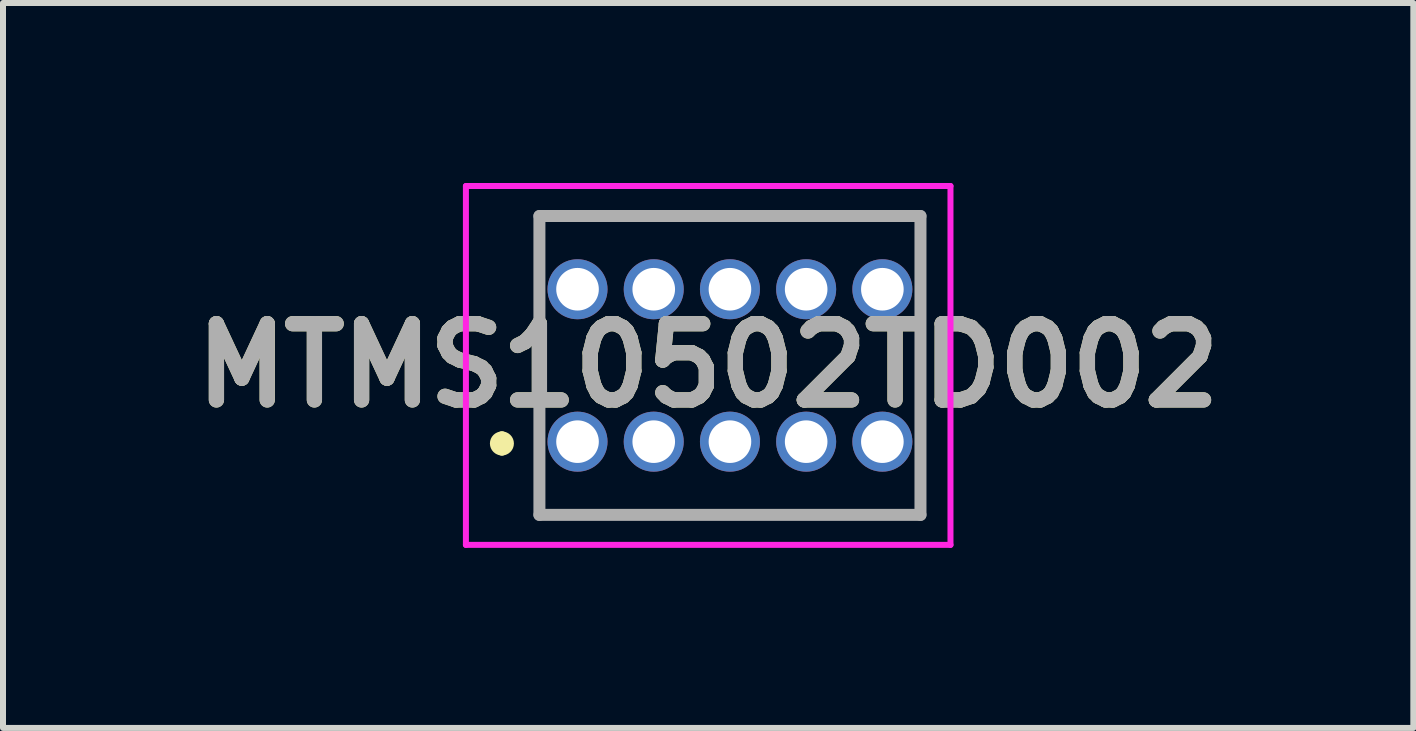
<source format=kicad_pcb>
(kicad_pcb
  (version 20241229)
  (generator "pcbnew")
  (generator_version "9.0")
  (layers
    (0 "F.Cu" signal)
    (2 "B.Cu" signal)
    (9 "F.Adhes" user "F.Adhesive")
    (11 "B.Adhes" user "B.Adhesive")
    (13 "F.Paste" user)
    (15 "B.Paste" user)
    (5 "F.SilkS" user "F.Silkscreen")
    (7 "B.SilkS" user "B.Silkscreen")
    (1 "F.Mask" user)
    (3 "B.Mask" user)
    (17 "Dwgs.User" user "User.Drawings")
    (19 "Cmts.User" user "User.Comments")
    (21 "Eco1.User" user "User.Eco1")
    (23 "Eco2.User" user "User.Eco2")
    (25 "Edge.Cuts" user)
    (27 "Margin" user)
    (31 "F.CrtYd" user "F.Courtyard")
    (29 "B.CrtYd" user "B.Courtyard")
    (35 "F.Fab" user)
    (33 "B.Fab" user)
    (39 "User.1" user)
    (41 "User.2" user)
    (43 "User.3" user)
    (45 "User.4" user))
  (footprint "MTMS10502TD002"
    (layer "F.Cu")
    (at 6.574 4.31)
    (property "Reference" "MTMS10502TD002" (at 2.177 -1.27 0) (layer "F.SilkS") (effects (font (size 1.27 1.27) (thickness 0.254))))
    (attr through_hole)
    (fp_line (start -1.26 -0.07) (end -1.26 -0.07) (stroke (width 0.2) (type solid)) (layer "F.SilkS"))
    (fp_line (start -1.26 0.13) (end -1.26 0.13) (stroke (width 0.2) (type solid)) (layer "F.SilkS"))
    (fp_line (start -0.635 -3.76) (end 5.715 -3.76) (stroke (width 0.1) (type solid)) (layer "F.SilkS"))
    (fp_line (start -0.635 -3.27) (end -0.635 -3.76) (stroke (width 0.1) (type solid)) (layer "F.SilkS"))
    (fp_line (start -0.635 -1.77) (end -0.635 -0.77) (stroke (width 0.1) (type solid)) (layer "F.SilkS"))
    (fp_line (start -0.635 0.73) (end -0.635 1.22) (stroke (width 0.1) (type solid)) (layer "F.SilkS"))
    (fp_line (start -0.635 1.22) (end 5.715 1.22) (stroke (width 0.1) (type solid)) (layer "F.SilkS"))
    (fp_line (start 5.715 -3.76) (end 5.715 -3.27) (stroke (width 0.1) (type solid)) (layer "F.SilkS"))
    (fp_line (start 5.715 -1.77) (end 5.715 -0.77) (stroke (width 0.1) (type solid)) (layer "F.SilkS"))
    (fp_line (start 5.715 1.22) (end 5.715 0.73) (stroke (width 0.1) (type solid)) (layer "F.SilkS"))
    (fp_arc (start -1.26 -0.07) (mid -1.16 0.03) (end -1.26 0.13) (stroke (width 0.2) (type solid)) (layer "F.SilkS"))
    (fp_arc (start -1.26 0.13) (mid -1.36 0.03) (end -1.26 -0.07) (stroke (width 0.2) (type solid)) (layer "F.SilkS"))
    (fp_line (start -1.86 -4.26) (end 6.215 -4.26) (stroke (width 0.1) (type solid)) (layer "F.CrtYd"))
    (fp_line (start -1.86 1.72) (end -1.86 -4.26) (stroke (width 0.1) (type solid)) (layer "F.CrtYd"))
    (fp_line (start 6.215 -4.26) (end 6.215 1.72) (stroke (width 0.1) (type solid)) (layer "F.CrtYd"))
    (fp_line (start 6.215 1.72) (end -1.86 1.72) (stroke (width 0.1) (type solid)) (layer "F.CrtYd"))
    (fp_line (start -0.635 -3.76) (end 5.715 -3.76) (stroke (width 0.2) (type solid)) (layer "F.Fab"))
    (fp_line (start -0.635 1.22) (end -0.635 -3.76) (stroke (width 0.2) (type solid)) (layer "F.Fab"))
    (fp_line (start 5.715 -3.76) (end 5.715 1.22) (stroke (width 0.2) (type solid)) (layer "F.Fab"))
    (fp_line (start 5.715 1.22) (end -0.635 1.22) (stroke (width 0.2) (type solid)) (layer "F.Fab"))
    (fp_text user "${REFERENCE}" (at 2.177 -1.27 0) (layer "F.Fab") (effects (font (size 1.27 1.27) (thickness 0.254))))
    (pad "1" thru_hole circle (at 0 0) (size 1 1) (drill 0.71) (layers "*.Cu" "*.Mask"))
    (pad "2" thru_hole circle (at 0 -2.54) (size 1 1) (drill 0.71) (layers "*.Cu" "*.Mask"))
    (pad "3" thru_hole circle (at 1.27 0) (size 1 1) (drill 0.71) (layers "*.Cu" "*.Mask"))
    (pad "4" thru_hole circle (at 1.27 -2.54) (size 1 1) (drill 0.71) (layers "*.Cu" "*.Mask"))
    (pad "5" thru_hole circle (at 2.54 0) (size 1 1) (drill 0.71) (layers "*.Cu" "*.Mask"))
    (pad "6" thru_hole circle (at 2.54 -2.54) (size 1 1) (drill 0.71) (layers "*.Cu" "*.Mask"))
    (pad "7" thru_hole circle (at 3.81 0) (size 1 1) (drill 0.71) (layers "*.Cu" "*.Mask"))
    (pad "8" thru_hole circle (at 3.81 -2.54) (size 1 1) (drill 0.71) (layers "*.Cu" "*.Mask"))
    (pad "9" thru_hole circle (at 5.08 0) (size 1 1) (drill 0.71) (layers "*.Cu" "*.Mask"))
    (pad "10" thru_hole circle (at 5.08 -2.54) (size 1 1) (drill 0.71) (layers "*.Cu" "*.Mask")))
  (gr_rect
    (start -3 -3)
    (end 20.502 9.08)
    (stroke (width 0.1) (type default))
    (fill no)
    (layer "Edge.Cuts")))
</source>
